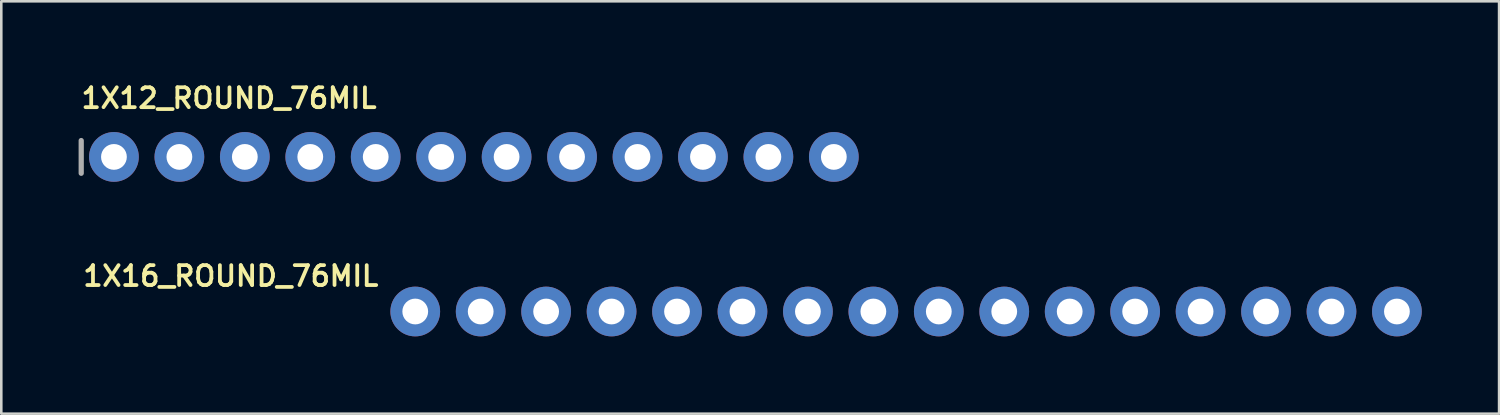
<source format=kicad_pcb>
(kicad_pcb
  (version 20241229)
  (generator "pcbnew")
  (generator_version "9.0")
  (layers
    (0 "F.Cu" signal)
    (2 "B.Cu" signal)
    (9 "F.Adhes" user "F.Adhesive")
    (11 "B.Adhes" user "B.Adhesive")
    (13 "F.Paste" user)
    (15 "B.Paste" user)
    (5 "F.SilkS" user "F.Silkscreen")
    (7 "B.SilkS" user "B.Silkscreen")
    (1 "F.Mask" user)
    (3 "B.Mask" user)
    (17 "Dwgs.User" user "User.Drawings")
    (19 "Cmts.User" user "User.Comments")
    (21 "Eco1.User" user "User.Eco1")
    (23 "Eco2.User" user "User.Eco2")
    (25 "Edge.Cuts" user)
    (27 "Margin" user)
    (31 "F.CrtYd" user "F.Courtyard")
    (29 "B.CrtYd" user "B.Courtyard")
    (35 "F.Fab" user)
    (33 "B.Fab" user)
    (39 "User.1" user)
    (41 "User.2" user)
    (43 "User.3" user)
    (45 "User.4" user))
  (footprint "1X16_ROUND_76MIL"
    (layer "F.Cu")
    (at 32.116 9.04)
    (property "Reference" "1X16_ROUND_76MIL" (at -20.396 -1.829 0) (layer "F.SilkS") (effects (font (size 0.772 0.772) (thickness 0.146)) (justify right top)))
    (attr through_hole)
    (fp_poly (pts (xy -19.304 0.254) (xy -18.796 0.254) (xy -18.796 -0.254) (xy -19.304 -0.254)) (stroke (width 0.1) (type solid)) (fill no) (layer "F.Fab"))
    (fp_poly (pts (xy -16.764 0.254) (xy -16.256 0.254) (xy -16.256 -0.254) (xy -16.764 -0.254)) (stroke (width 0.1) (type solid)) (fill no) (layer "F.Fab"))
    (fp_poly (pts (xy -14.224 0.254) (xy -13.716 0.254) (xy -13.716 -0.254) (xy -14.224 -0.254)) (stroke (width 0.1) (type solid)) (fill no) (layer "F.Fab"))
    (fp_poly (pts (xy -11.684 0.254) (xy -11.176 0.254) (xy -11.176 -0.254) (xy -11.684 -0.254)) (stroke (width 0.1) (type solid)) (fill no) (layer "F.Fab"))
    (fp_poly (pts (xy -9.144 0.254) (xy -8.636 0.254) (xy -8.636 -0.254) (xy -9.144 -0.254)) (stroke (width 0.1) (type solid)) (fill no) (layer "F.Fab"))
    (fp_poly (pts (xy -6.604 0.254) (xy -6.096 0.254) (xy -6.096 -0.254) (xy -6.604 -0.254)) (stroke (width 0.1) (type solid)) (fill no) (layer "F.Fab"))
    (fp_poly (pts (xy -4.064 0.254) (xy -3.556 0.254) (xy -3.556 -0.254) (xy -4.064 -0.254)) (stroke (width 0.1) (type solid)) (fill no) (layer "F.Fab"))
    (fp_poly (pts (xy -1.524 0.254) (xy -1.016 0.254) (xy -1.016 -0.254) (xy -1.524 -0.254)) (stroke (width 0.1) (type solid)) (fill no) (layer "F.Fab"))
    (fp_poly (pts (xy 1.016 0.254) (xy 1.524 0.254) (xy 1.524 -0.254) (xy 1.016 -0.254)) (stroke (width 0.1) (type solid)) (fill no) (layer "F.Fab"))
    (fp_poly (pts (xy 3.556 0.254) (xy 4.064 0.254) (xy 4.064 -0.254) (xy 3.556 -0.254)) (stroke (width 0.1) (type solid)) (fill no) (layer "F.Fab"))
    (fp_poly (pts (xy 6.096 0.254) (xy 6.604 0.254) (xy 6.604 -0.254) (xy 6.096 -0.254)) (stroke (width 0.1) (type solid)) (fill no) (layer "F.Fab"))
    (fp_poly (pts (xy 8.636 0.254) (xy 9.144 0.254) (xy 9.144 -0.254) (xy 8.636 -0.254)) (stroke (width 0.1) (type solid)) (fill no) (layer "F.Fab"))
    (fp_poly (pts (xy 11.176 0.254) (xy 11.684 0.254) (xy 11.684 -0.254) (xy 11.176 -0.254)) (stroke (width 0.1) (type solid)) (fill no) (layer "F.Fab"))
    (fp_poly (pts (xy 13.716 0.254) (xy 14.224 0.254) (xy 14.224 -0.254) (xy 13.716 -0.254)) (stroke (width 0.1) (type solid)) (fill no) (layer "F.Fab"))
    (fp_poly (pts (xy 16.256 0.254) (xy 16.764 0.254) (xy 16.764 -0.254) (xy 16.256 -0.254)) (stroke (width 0.1) (type solid)) (fill no) (layer "F.Fab"))
    (fp_poly (pts (xy 18.796 0.254) (xy 19.304 0.254) (xy 19.304 -0.254) (xy 18.796 -0.254)) (stroke (width 0.1) (type solid)) (fill no) (layer "F.Fab"))
    (pad "1" thru_hole circle (at -19.05 0 90) (size 1.93 1.93) (drill 1) (layers "*.Cu" "*.Mask"))
    (pad "2" thru_hole circle (at -16.51 0 90) (size 1.93 1.93) (drill 1) (layers "*.Cu" "*.Mask"))
    (pad "3" thru_hole circle (at -13.97 0 90) (size 1.93 1.93) (drill 1) (layers "*.Cu" "*.Mask"))
    (pad "4" thru_hole circle (at -11.43 0 90) (size 1.93 1.93) (drill 1) (layers "*.Cu" "*.Mask"))
    (pad "5" thru_hole circle (at -8.89 0 90) (size 1.93 1.93) (drill 1) (layers "*.Cu" "*.Mask"))
    (pad "6" thru_hole circle (at -6.35 0 90) (size 1.93 1.93) (drill 1) (layers "*.Cu" "*.Mask"))
    (pad "7" thru_hole circle (at -3.81 0 90) (size 1.93 1.93) (drill 1) (layers "*.Cu" "*.Mask"))
    (pad "8" thru_hole circle (at -1.27 0 90) (size 1.93 1.93) (drill 1) (layers "*.Cu" "*.Mask"))
    (pad "9" thru_hole circle (at 1.27 0 90) (size 1.93 1.93) (drill 1) (layers "*.Cu" "*.Mask"))
    (pad "10" thru_hole circle (at 3.81 0 90) (size 1.93 1.93) (drill 1) (layers "*.Cu" "*.Mask"))
    (pad "11" thru_hole circle (at 6.35 0 90) (size 1.93 1.93) (drill 1) (layers "*.Cu" "*.Mask"))
    (pad "12" thru_hole circle (at 8.89 0 90) (size 1.93 1.93) (drill 1) (layers "*.Cu" "*.Mask"))
    (pad "13" thru_hole circle (at 11.43 0 90) (size 1.93 1.93) (drill 1) (layers "*.Cu" "*.Mask"))
    (pad "14" thru_hole circle (at 13.97 0 90) (size 1.93 1.93) (drill 1) (layers "*.Cu" "*.Mask"))
    (pad "15" thru_hole circle (at 16.51 0 90) (size 1.93 1.93) (drill 1) (layers "*.Cu" "*.Mask"))
    (pad "16" thru_hole circle (at 19.05 0 90) (size 1.93 1.93) (drill 1) (layers "*.Cu" "*.Mask")))
  (footprint "1X12_ROUND_76MIL"
    (layer "F.Cu")
    (at 15.342 3.04)
    (property "Reference" "1X12_ROUND_76MIL" (at -15.316 -1.829 0) (layer "F.SilkS") (effects (font (size 0.772 0.772) (thickness 0.146)) (justify left bottom)))
    (attr through_hole)
    (fp_line (start -15.24 -0.635) (end -15.24 0.635) (stroke (width 0.203) (type solid)) (layer "F.Fab"))
    (fp_poly (pts (xy -14.224 0.254) (xy -13.716 0.254) (xy -13.716 -0.254) (xy -14.224 -0.254)) (stroke (width 0.1) (type solid)) (fill no) (layer "F.Fab"))
    (fp_poly (pts (xy -11.684 0.254) (xy -11.176 0.254) (xy -11.176 -0.254) (xy -11.684 -0.254)) (stroke (width 0.1) (type solid)) (fill no) (layer "F.Fab"))
    (fp_poly (pts (xy -9.144 0.254) (xy -8.636 0.254) (xy -8.636 -0.254) (xy -9.144 -0.254)) (stroke (width 0.1) (type solid)) (fill no) (layer "F.Fab"))
    (fp_poly (pts (xy -6.604 0.254) (xy -6.096 0.254) (xy -6.096 -0.254) (xy -6.604 -0.254)) (stroke (width 0.1) (type solid)) (fill no) (layer "F.Fab"))
    (fp_poly (pts (xy -4.064 0.254) (xy -3.556 0.254) (xy -3.556 -0.254) (xy -4.064 -0.254)) (stroke (width 0.1) (type solid)) (fill no) (layer "F.Fab"))
    (fp_poly (pts (xy -1.524 0.254) (xy -1.016 0.254) (xy -1.016 -0.254) (xy -1.524 -0.254)) (stroke (width 0.1) (type solid)) (fill no) (layer "F.Fab"))
    (fp_poly (pts (xy 1.016 0.254) (xy 1.524 0.254) (xy 1.524 -0.254) (xy 1.016 -0.254)) (stroke (width 0.1) (type solid)) (fill no) (layer "F.Fab"))
    (fp_poly (pts (xy 3.556 0.254) (xy 4.064 0.254) (xy 4.064 -0.254) (xy 3.556 -0.254)) (stroke (width 0.1) (type solid)) (fill no) (layer "F.Fab"))
    (fp_poly (pts (xy 6.096 0.254) (xy 6.604 0.254) (xy 6.604 -0.254) (xy 6.096 -0.254)) (stroke (width 0.1) (type solid)) (fill no) (layer "F.Fab"))
    (fp_poly (pts (xy 8.636 0.254) (xy 9.144 0.254) (xy 9.144 -0.254) (xy 8.636 -0.254)) (stroke (width 0.1) (type solid)) (fill no) (layer "F.Fab"))
    (fp_poly (pts (xy 11.176 0.254) (xy 11.684 0.254) (xy 11.684 -0.254) (xy 11.176 -0.254)) (stroke (width 0.1) (type solid)) (fill no) (layer "F.Fab"))
    (fp_poly (pts (xy 13.716 0.254) (xy 14.224 0.254) (xy 14.224 -0.254) (xy 13.716 -0.254)) (stroke (width 0.1) (type solid)) (fill no) (layer "F.Fab"))
    (pad "1" thru_hole circle (at -13.97 0 90) (size 1.93 1.93) (drill 1) (layers "*.Cu" "*.Mask"))
    (pad "2" thru_hole circle (at -11.43 0 90) (size 1.93 1.93) (drill 1) (layers "*.Cu" "*.Mask"))
    (pad "3" thru_hole circle (at -8.89 0 90) (size 1.93 1.93) (drill 1) (layers "*.Cu" "*.Mask"))
    (pad "4" thru_hole circle (at -6.35 0 90) (size 1.93 1.93) (drill 1) (layers "*.Cu" "*.Mask"))
    (pad "5" thru_hole circle (at -3.81 0 90) (size 1.93 1.93) (drill 1) (layers "*.Cu" "*.Mask"))
    (pad "6" thru_hole circle (at -1.27 0 90) (size 1.93 1.93) (drill 1) (layers "*.Cu" "*.Mask"))
    (pad "7" thru_hole circle (at 1.27 0 90) (size 1.93 1.93) (drill 1) (layers "*.Cu" "*.Mask"))
    (pad "8" thru_hole circle (at 3.81 0 90) (size 1.93 1.93) (drill 1) (layers "*.Cu" "*.Mask"))
    (pad "9" thru_hole circle (at 6.35 0 90) (size 1.93 1.93) (drill 1) (layers "*.Cu" "*.Mask"))
    (pad "10" thru_hole circle (at 8.89 0 90) (size 1.93 1.93) (drill 1) (layers "*.Cu" "*.Mask"))
    (pad "11" thru_hole circle (at 11.43 0 90) (size 1.93 1.93) (drill 1) (layers "*.Cu" "*.Mask"))
    (pad "12" thru_hole circle (at 13.97 0 90) (size 1.93 1.93) (drill 1) (layers "*.Cu" "*.Mask")))
  (gr_rect
    (start -3 -3)
    (end 55.131 13.005)
    (stroke (width 0.1) (type default))
    (fill no)
    (layer "Edge.Cuts")))
</source>
